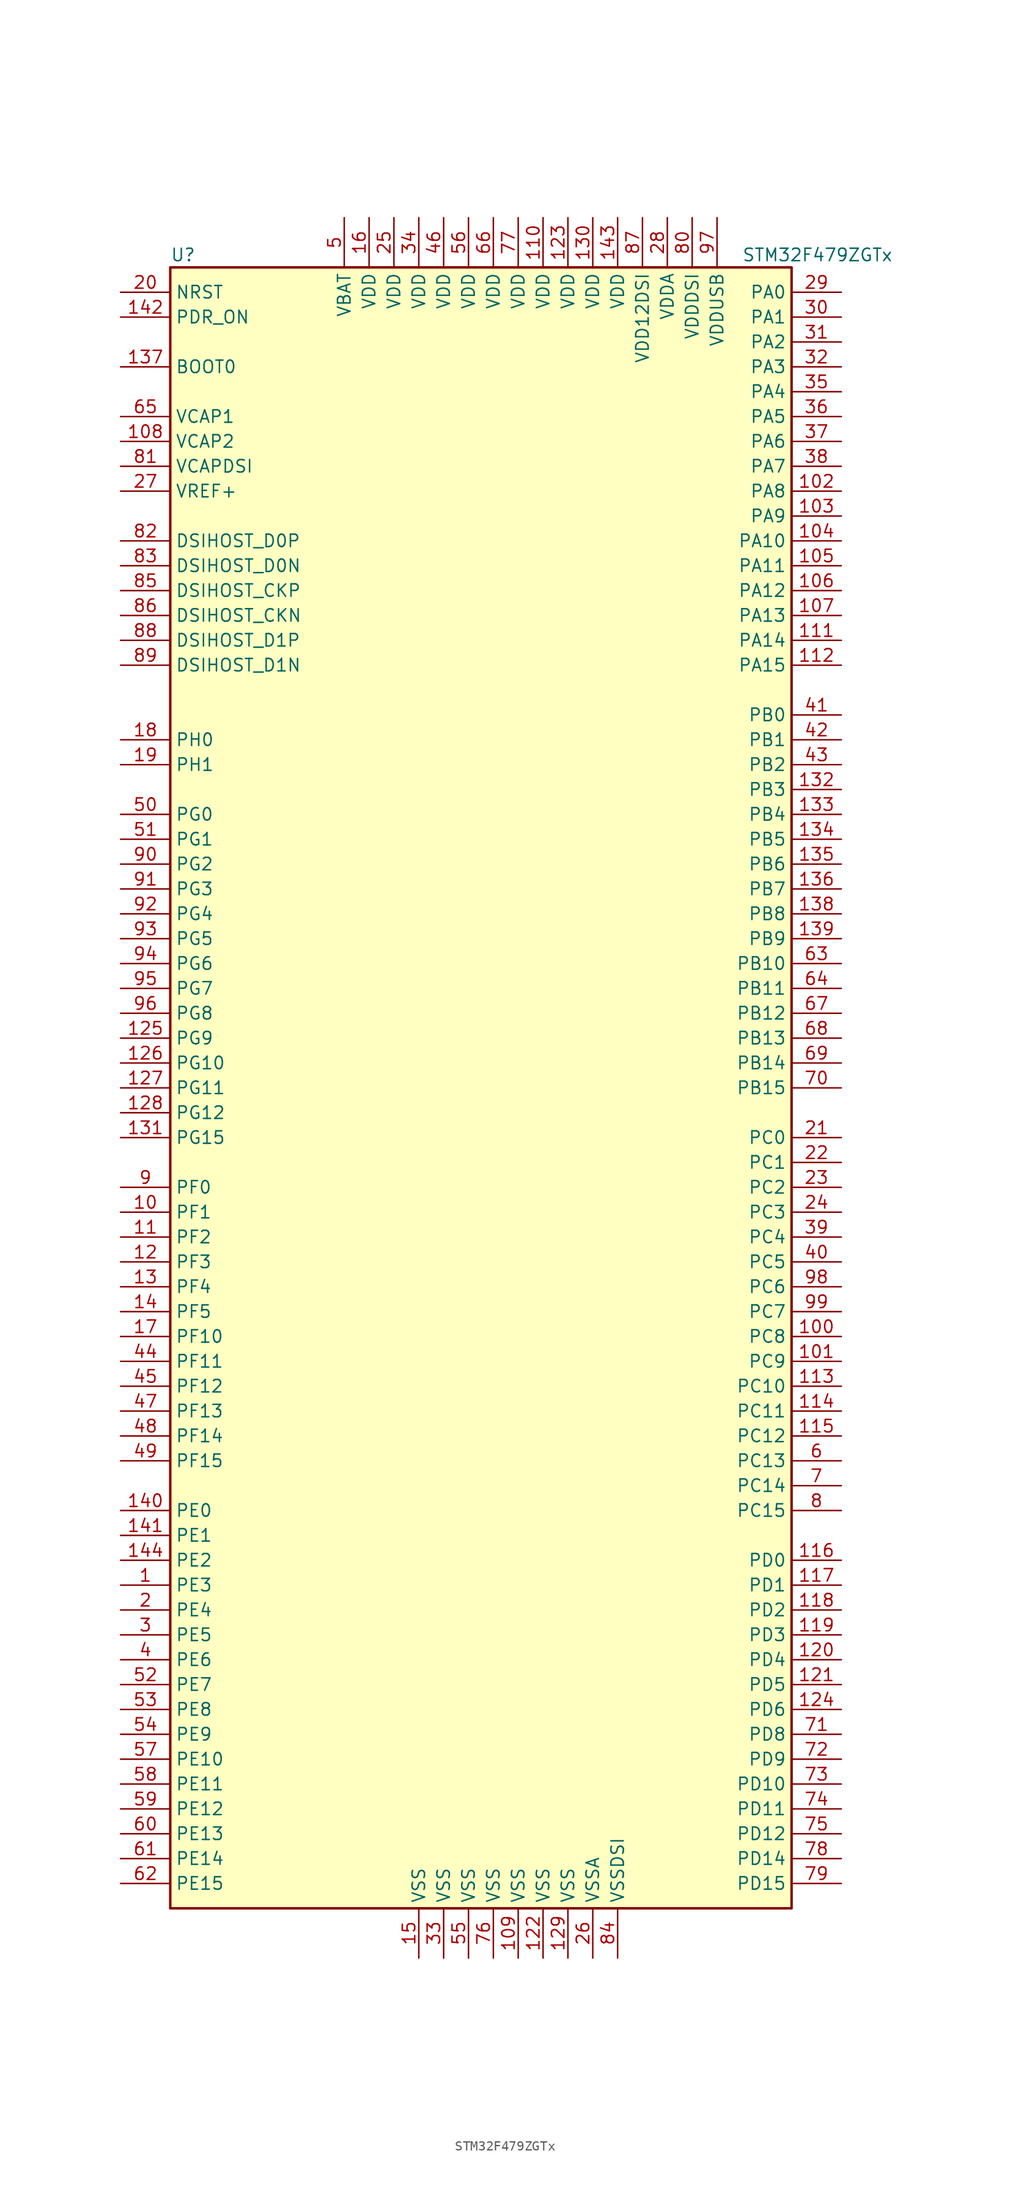
<source format=kicad_sym>
(kicad_symbol_lib
  (version 20201005)
  (generator kicad_symbol_editor)
  (symbol "STM32F479ZGTx"
    (property "Reference" "U"
      (at -33.02 85.09 0)
      (effects (font (size 1.27 1.27)) (justify left)))
    (property "Value" "STM32F479ZGTx"
      (at 25.4 85.09 0)
      (effects (font (size 1.27 1.27)) (justify left)))
    (symbol "STM32F479ZGTx_0_1"
      (rectangle (start -33.02 -83.82) (end 30.48 83.82) (stroke (width 0.254)) (fill (type background))))
    (symbol "STM32F479ZGTx_1_1"
      (pin input line (at -38.1 73.66 0) (length 5.08) (name "BOOT0" (effects (font (size 1.27 1.27)))) (number "137" (effects (font (size 1.27 1.27)))))
      (pin bidirectional line (at -38.1 48.26 0) (length 5.08) (name "DSIHOST_CKN" (effects (font (size 1.27 1.27)))) (number "86" (effects (font (size 1.27 1.27)))))
      (pin bidirectional line (at -38.1 50.8 0) (length 5.08) (name "DSIHOST_CKP" (effects (font (size 1.27 1.27)))) (number "85" (effects (font (size 1.27 1.27)))))
      (pin bidirectional line (at -38.1 53.34 0) (length 5.08) (name "DSIHOST_D0N" (effects (font (size 1.27 1.27)))) (number "83" (effects (font (size 1.27 1.27)))))
      (pin bidirectional line (at -38.1 55.88 0) (length 5.08) (name "DSIHOST_D0P" (effects (font (size 1.27 1.27)))) (number "82" (effects (font (size 1.27 1.27)))))
      (pin bidirectional line (at -38.1 43.18 0) (length 5.08) (name "DSIHOST_D1N" (effects (font (size 1.27 1.27)))) (number "89" (effects (font (size 1.27 1.27)))))
      (pin bidirectional line (at -38.1 45.72 0) (length 5.08) (name "DSIHOST_D1P" (effects (font (size 1.27 1.27)))) (number "88" (effects (font (size 1.27 1.27)))))
      (pin input line (at -38.1 81.28 0) (length 5.08) (name "NRST" (effects (font (size 1.27 1.27)))) (number "20" (effects (font (size 1.27 1.27)))))
      (pin bidirectional line (at 35.56 81.28 180) (length 5.08) (name "PA0" (effects (font (size 1.27 1.27)))) (number "29" (effects (font (size 1.27 1.27)))))
      (pin bidirectional line (at 35.56 78.74 180) (length 5.08) (name "PA1" (effects (font (size 1.27 1.27)))) (number "30" (effects (font (size 1.27 1.27)))))
      (pin bidirectional line (at 35.56 55.88 180) (length 5.08) (name "PA10" (effects (font (size 1.27 1.27)))) (number "104" (effects (font (size 1.27 1.27)))))
      (pin bidirectional line (at 35.56 53.34 180) (length 5.08) (name "PA11" (effects (font (size 1.27 1.27)))) (number "105" (effects (font (size 1.27 1.27)))))
      (pin bidirectional line (at 35.56 50.8 180) (length 5.08) (name "PA12" (effects (font (size 1.27 1.27)))) (number "106" (effects (font (size 1.27 1.27)))))
      (pin bidirectional line (at 35.56 48.26 180) (length 5.08) (name "PA13" (effects (font (size 1.27 1.27)))) (number "107" (effects (font (size 1.27 1.27)))))
      (pin bidirectional line (at 35.56 45.72 180) (length 5.08) (name "PA14" (effects (font (size 1.27 1.27)))) (number "111" (effects (font (size 1.27 1.27)))))
      (pin bidirectional line (at 35.56 43.18 180) (length 5.08) (name "PA15" (effects (font (size 1.27 1.27)))) (number "112" (effects (font (size 1.27 1.27)))))
      (pin bidirectional line (at 35.56 76.2 180) (length 5.08) (name "PA2" (effects (font (size 1.27 1.27)))) (number "31" (effects (font (size 1.27 1.27)))))
      (pin bidirectional line (at 35.56 73.66 180) (length 5.08) (name "PA3" (effects (font (size 1.27 1.27)))) (number "32" (effects (font (size 1.27 1.27)))))
      (pin bidirectional line (at 35.56 71.12 180) (length 5.08) (name "PA4" (effects (font (size 1.27 1.27)))) (number "35" (effects (font (size 1.27 1.27)))))
      (pin bidirectional line (at 35.56 68.58 180) (length 5.08) (name "PA5" (effects (font (size 1.27 1.27)))) (number "36" (effects (font (size 1.27 1.27)))))
      (pin bidirectional line (at 35.56 66.04 180) (length 5.08) (name "PA6" (effects (font (size 1.27 1.27)))) (number "37" (effects (font (size 1.27 1.27)))))
      (pin bidirectional line (at 35.56 63.5 180) (length 5.08) (name "PA7" (effects (font (size 1.27 1.27)))) (number "38" (effects (font (size 1.27 1.27)))))
      (pin bidirectional line (at 35.56 60.96 180) (length 5.08) (name "PA8" (effects (font (size 1.27 1.27)))) (number "102" (effects (font (size 1.27 1.27)))))
      (pin bidirectional line (at 35.56 58.42 180) (length 5.08) (name "PA9" (effects (font (size 1.27 1.27)))) (number "103" (effects (font (size 1.27 1.27)))))
      (pin bidirectional line (at 35.56 38.1 180) (length 5.08) (name "PB0" (effects (font (size 1.27 1.27)))) (number "41" (effects (font (size 1.27 1.27)))))
      (pin bidirectional line (at 35.56 35.56 180) (length 5.08) (name "PB1" (effects (font (size 1.27 1.27)))) (number "42" (effects (font (size 1.27 1.27)))))
      (pin bidirectional line (at 35.56 12.7 180) (length 5.08) (name "PB10" (effects (font (size 1.27 1.27)))) (number "63" (effects (font (size 1.27 1.27)))))
      (pin bidirectional line (at 35.56 10.16 180) (length 5.08) (name "PB11" (effects (font (size 1.27 1.27)))) (number "64" (effects (font (size 1.27 1.27)))))
      (pin bidirectional line (at 35.56 7.62 180) (length 5.08) (name "PB12" (effects (font (size 1.27 1.27)))) (number "67" (effects (font (size 1.27 1.27)))))
      (pin bidirectional line (at 35.56 5.08 180) (length 5.08) (name "PB13" (effects (font (size 1.27 1.27)))) (number "68" (effects (font (size 1.27 1.27)))))
      (pin bidirectional line (at 35.56 2.54 180) (length 5.08) (name "PB14" (effects (font (size 1.27 1.27)))) (number "69" (effects (font (size 1.27 1.27)))))
      (pin bidirectional line (at 35.56 0 180) (length 5.08) (name "PB15" (effects (font (size 1.27 1.27)))) (number "70" (effects (font (size 1.27 1.27)))))
      (pin bidirectional line (at 35.56 33.02 180) (length 5.08) (name "PB2" (effects (font (size 1.27 1.27)))) (number "43" (effects (font (size 1.27 1.27)))))
      (pin bidirectional line (at 35.56 30.48 180) (length 5.08) (name "PB3" (effects (font (size 1.27 1.27)))) (number "132" (effects (font (size 1.27 1.27)))))
      (pin bidirectional line (at 35.56 27.94 180) (length 5.08) (name "PB4" (effects (font (size 1.27 1.27)))) (number "133" (effects (font (size 1.27 1.27)))))
      (pin bidirectional line (at 35.56 25.4 180) (length 5.08) (name "PB5" (effects (font (size 1.27 1.27)))) (number "134" (effects (font (size 1.27 1.27)))))
      (pin bidirectional line (at 35.56 22.86 180) (length 5.08) (name "PB6" (effects (font (size 1.27 1.27)))) (number "135" (effects (font (size 1.27 1.27)))))
      (pin bidirectional line (at 35.56 20.32 180) (length 5.08) (name "PB7" (effects (font (size 1.27 1.27)))) (number "136" (effects (font (size 1.27 1.27)))))
      (pin bidirectional line (at 35.56 17.78 180) (length 5.08) (name "PB8" (effects (font (size 1.27 1.27)))) (number "138" (effects (font (size 1.27 1.27)))))
      (pin bidirectional line (at 35.56 15.24 180) (length 5.08) (name "PB9" (effects (font (size 1.27 1.27)))) (number "139" (effects (font (size 1.27 1.27)))))
      (pin bidirectional line (at 35.56 -5.08 180) (length 5.08) (name "PC0" (effects (font (size 1.27 1.27)))) (number "21" (effects (font (size 1.27 1.27)))))
      (pin bidirectional line (at 35.56 -7.62 180) (length 5.08) (name "PC1" (effects (font (size 1.27 1.27)))) (number "22" (effects (font (size 1.27 1.27)))))
      (pin bidirectional line (at 35.56 -30.48 180) (length 5.08) (name "PC10" (effects (font (size 1.27 1.27)))) (number "113" (effects (font (size 1.27 1.27)))))
      (pin bidirectional line (at 35.56 -33.02 180) (length 5.08) (name "PC11" (effects (font (size 1.27 1.27)))) (number "114" (effects (font (size 1.27 1.27)))))
      (pin bidirectional line (at 35.56 -35.56 180) (length 5.08) (name "PC12" (effects (font (size 1.27 1.27)))) (number "115" (effects (font (size 1.27 1.27)))))
      (pin bidirectional line (at 35.56 -38.1 180) (length 5.08) (name "PC13" (effects (font (size 1.27 1.27)))) (number "6" (effects (font (size 1.27 1.27)))))
      (pin bidirectional line (at 35.56 -40.64 180) (length 5.08) (name "PC14" (effects (font (size 1.27 1.27)))) (number "7" (effects (font (size 1.27 1.27)))))
      (pin bidirectional line (at 35.56 -43.18 180) (length 5.08) (name "PC15" (effects (font (size 1.27 1.27)))) (number "8" (effects (font (size 1.27 1.27)))))
      (pin bidirectional line (at 35.56 -10.16 180) (length 5.08) (name "PC2" (effects (font (size 1.27 1.27)))) (number "23" (effects (font (size 1.27 1.27)))))
      (pin bidirectional line (at 35.56 -12.7 180) (length 5.08) (name "PC3" (effects (font (size 1.27 1.27)))) (number "24" (effects (font (size 1.27 1.27)))))
      (pin bidirectional line (at 35.56 -15.24 180) (length 5.08) (name "PC4" (effects (font (size 1.27 1.27)))) (number "39" (effects (font (size 1.27 1.27)))))
      (pin bidirectional line (at 35.56 -17.78 180) (length 5.08) (name "PC5" (effects (font (size 1.27 1.27)))) (number "40" (effects (font (size 1.27 1.27)))))
      (pin bidirectional line (at 35.56 -20.32 180) (length 5.08) (name "PC6" (effects (font (size 1.27 1.27)))) (number "98" (effects (font (size 1.27 1.27)))))
      (pin bidirectional line (at 35.56 -22.86 180) (length 5.08) (name "PC7" (effects (font (size 1.27 1.27)))) (number "99" (effects (font (size 1.27 1.27)))))
      (pin bidirectional line (at 35.56 -25.4 180) (length 5.08) (name "PC8" (effects (font (size 1.27 1.27)))) (number "100" (effects (font (size 1.27 1.27)))))
      (pin bidirectional line (at 35.56 -27.94 180) (length 5.08) (name "PC9" (effects (font (size 1.27 1.27)))) (number "101" (effects (font (size 1.27 1.27)))))
      (pin bidirectional line (at 35.56 -48.26 180) (length 5.08) (name "PD0" (effects (font (size 1.27 1.27)))) (number "116" (effects (font (size 1.27 1.27)))))
      (pin bidirectional line (at 35.56 -50.8 180) (length 5.08) (name "PD1" (effects (font (size 1.27 1.27)))) (number "117" (effects (font (size 1.27 1.27)))))
      (pin bidirectional line (at 35.56 -71.12 180) (length 5.08) (name "PD10" (effects (font (size 1.27 1.27)))) (number "73" (effects (font (size 1.27 1.27)))))
      (pin bidirectional line (at 35.56 -73.66 180) (length 5.08) (name "PD11" (effects (font (size 1.27 1.27)))) (number "74" (effects (font (size 1.27 1.27)))))
      (pin bidirectional line (at 35.56 -76.2 180) (length 5.08) (name "PD12" (effects (font (size 1.27 1.27)))) (number "75" (effects (font (size 1.27 1.27)))))
      (pin bidirectional line (at 35.56 -78.74 180) (length 5.08) (name "PD14" (effects (font (size 1.27 1.27)))) (number "78" (effects (font (size 1.27 1.27)))))
      (pin bidirectional line (at 35.56 -81.28 180) (length 5.08) (name "PD15" (effects (font (size 1.27 1.27)))) (number "79" (effects (font (size 1.27 1.27)))))
      (pin bidirectional line (at 35.56 -53.34 180) (length 5.08) (name "PD2" (effects (font (size 1.27 1.27)))) (number "118" (effects (font (size 1.27 1.27)))))
      (pin bidirectional line (at 35.56 -55.88 180) (length 5.08) (name "PD3" (effects (font (size 1.27 1.27)))) (number "119" (effects (font (size 1.27 1.27)))))
      (pin bidirectional line (at 35.56 -58.42 180) (length 5.08) (name "PD4" (effects (font (size 1.27 1.27)))) (number "120" (effects (font (size 1.27 1.27)))))
      (pin bidirectional line (at 35.56 -60.96 180) (length 5.08) (name "PD5" (effects (font (size 1.27 1.27)))) (number "121" (effects (font (size 1.27 1.27)))))
      (pin bidirectional line (at 35.56 -63.5 180) (length 5.08) (name "PD6" (effects (font (size 1.27 1.27)))) (number "124" (effects (font (size 1.27 1.27)))))
      (pin bidirectional line (at 35.56 -66.04 180) (length 5.08) (name "PD8" (effects (font (size 1.27 1.27)))) (number "71" (effects (font (size 1.27 1.27)))))
      (pin bidirectional line (at 35.56 -68.58 180) (length 5.08) (name "PD9" (effects (font (size 1.27 1.27)))) (number "72" (effects (font (size 1.27 1.27)))))
      (pin input line (at -38.1 78.74 0) (length 5.08) (name "PDR_ON" (effects (font (size 1.27 1.27)))) (number "142" (effects (font (size 1.27 1.27)))))
      (pin bidirectional line (at -38.1 -43.18 0) (length 5.08) (name "PE0" (effects (font (size 1.27 1.27)))) (number "140" (effects (font (size 1.27 1.27)))))
      (pin bidirectional line (at -38.1 -45.72 0) (length 5.08) (name "PE1" (effects (font (size 1.27 1.27)))) (number "141" (effects (font (size 1.27 1.27)))))
      (pin bidirectional line (at -38.1 -68.58 0) (length 5.08) (name "PE10" (effects (font (size 1.27 1.27)))) (number "57" (effects (font (size 1.27 1.27)))))
      (pin bidirectional line (at -38.1 -71.12 0) (length 5.08) (name "PE11" (effects (font (size 1.27 1.27)))) (number "58" (effects (font (size 1.27 1.27)))))
      (pin bidirectional line (at -38.1 -73.66 0) (length 5.08) (name "PE12" (effects (font (size 1.27 1.27)))) (number "59" (effects (font (size 1.27 1.27)))))
      (pin bidirectional line (at -38.1 -76.2 0) (length 5.08) (name "PE13" (effects (font (size 1.27 1.27)))) (number "60" (effects (font (size 1.27 1.27)))))
      (pin bidirectional line (at -38.1 -78.74 0) (length 5.08) (name "PE14" (effects (font (size 1.27 1.27)))) (number "61" (effects (font (size 1.27 1.27)))))
      (pin bidirectional line (at -38.1 -81.28 0) (length 5.08) (name "PE15" (effects (font (size 1.27 1.27)))) (number "62" (effects (font (size 1.27 1.27)))))
      (pin bidirectional line (at -38.1 -48.26 0) (length 5.08) (name "PE2" (effects (font (size 1.27 1.27)))) (number "144" (effects (font (size 1.27 1.27)))))
      (pin bidirectional line (at -38.1 -50.8 0) (length 5.08) (name "PE3" (effects (font (size 1.27 1.27)))) (number "1" (effects (font (size 1.27 1.27)))))
      (pin bidirectional line (at -38.1 -53.34 0) (length 5.08) (name "PE4" (effects (font (size 1.27 1.27)))) (number "2" (effects (font (size 1.27 1.27)))))
      (pin bidirectional line (at -38.1 -55.88 0) (length 5.08) (name "PE5" (effects (font (size 1.27 1.27)))) (number "3" (effects (font (size 1.27 1.27)))))
      (pin bidirectional line (at -38.1 -58.42 0) (length 5.08) (name "PE6" (effects (font (size 1.27 1.27)))) (number "4" (effects (font (size 1.27 1.27)))))
      (pin bidirectional line (at -38.1 -60.96 0) (length 5.08) (name "PE7" (effects (font (size 1.27 1.27)))) (number "52" (effects (font (size 1.27 1.27)))))
      (pin bidirectional line (at -38.1 -63.5 0) (length 5.08) (name "PE8" (effects (font (size 1.27 1.27)))) (number "53" (effects (font (size 1.27 1.27)))))
      (pin bidirectional line (at -38.1 -66.04 0) (length 5.08) (name "PE9" (effects (font (size 1.27 1.27)))) (number "54" (effects (font (size 1.27 1.27)))))
      (pin bidirectional line (at -38.1 -10.16 0) (length 5.08) (name "PF0" (effects (font (size 1.27 1.27)))) (number "9" (effects (font (size 1.27 1.27)))))
      (pin bidirectional line (at -38.1 -12.7 0) (length 5.08) (name "PF1" (effects (font (size 1.27 1.27)))) (number "10" (effects (font (size 1.27 1.27)))))
      (pin bidirectional line (at -38.1 -25.4 0) (length 5.08) (name "PF10" (effects (font (size 1.27 1.27)))) (number "17" (effects (font (size 1.27 1.27)))))
      (pin bidirectional line (at -38.1 -27.94 0) (length 5.08) (name "PF11" (effects (font (size 1.27 1.27)))) (number "44" (effects (font (size 1.27 1.27)))))
      (pin bidirectional line (at -38.1 -30.48 0) (length 5.08) (name "PF12" (effects (font (size 1.27 1.27)))) (number "45" (effects (font (size 1.27 1.27)))))
      (pin bidirectional line (at -38.1 -33.02 0) (length 5.08) (name "PF13" (effects (font (size 1.27 1.27)))) (number "47" (effects (font (size 1.27 1.27)))))
      (pin bidirectional line (at -38.1 -35.56 0) (length 5.08) (name "PF14" (effects (font (size 1.27 1.27)))) (number "48" (effects (font (size 1.27 1.27)))))
      (pin bidirectional line (at -38.1 -38.1 0) (length 5.08) (name "PF15" (effects (font (size 1.27 1.27)))) (number "49" (effects (font (size 1.27 1.27)))))
      (pin bidirectional line (at -38.1 -15.24 0) (length 5.08) (name "PF2" (effects (font (size 1.27 1.27)))) (number "11" (effects (font (size 1.27 1.27)))))
      (pin bidirectional line (at -38.1 -17.78 0) (length 5.08) (name "PF3" (effects (font (size 1.27 1.27)))) (number "12" (effects (font (size 1.27 1.27)))))
      (pin bidirectional line (at -38.1 -20.32 0) (length 5.08) (name "PF4" (effects (font (size 1.27 1.27)))) (number "13" (effects (font (size 1.27 1.27)))))
      (pin bidirectional line (at -38.1 -22.86 0) (length 5.08) (name "PF5" (effects (font (size 1.27 1.27)))) (number "14" (effects (font (size 1.27 1.27)))))
      (pin bidirectional line (at -38.1 27.94 0) (length 5.08) (name "PG0" (effects (font (size 1.27 1.27)))) (number "50" (effects (font (size 1.27 1.27)))))
      (pin bidirectional line (at -38.1 25.4 0) (length 5.08) (name "PG1" (effects (font (size 1.27 1.27)))) (number "51" (effects (font (size 1.27 1.27)))))
      (pin bidirectional line (at -38.1 2.54 0) (length 5.08) (name "PG10" (effects (font (size 1.27 1.27)))) (number "126" (effects (font (size 1.27 1.27)))))
      (pin bidirectional line (at -38.1 0 0) (length 5.08) (name "PG11" (effects (font (size 1.27 1.27)))) (number "127" (effects (font (size 1.27 1.27)))))
      (pin bidirectional line (at -38.1 -2.54 0) (length 5.08) (name "PG12" (effects (font (size 1.27 1.27)))) (number "128" (effects (font (size 1.27 1.27)))))
      (pin bidirectional line (at -38.1 -5.08 0) (length 5.08) (name "PG15" (effects (font (size 1.27 1.27)))) (number "131" (effects (font (size 1.27 1.27)))))
      (pin bidirectional line (at -38.1 22.86 0) (length 5.08) (name "PG2" (effects (font (size 1.27 1.27)))) (number "90" (effects (font (size 1.27 1.27)))))
      (pin bidirectional line (at -38.1 20.32 0) (length 5.08) (name "PG3" (effects (font (size 1.27 1.27)))) (number "91" (effects (font (size 1.27 1.27)))))
      (pin bidirectional line (at -38.1 17.78 0) (length 5.08) (name "PG4" (effects (font (size 1.27 1.27)))) (number "92" (effects (font (size 1.27 1.27)))))
      (pin bidirectional line (at -38.1 15.24 0) (length 5.08) (name "PG5" (effects (font (size 1.27 1.27)))) (number "93" (effects (font (size 1.27 1.27)))))
      (pin bidirectional line (at -38.1 12.7 0) (length 5.08) (name "PG6" (effects (font (size 1.27 1.27)))) (number "94" (effects (font (size 1.27 1.27)))))
      (pin bidirectional line (at -38.1 10.16 0) (length 5.08) (name "PG7" (effects (font (size 1.27 1.27)))) (number "95" (effects (font (size 1.27 1.27)))))
      (pin bidirectional line (at -38.1 7.62 0) (length 5.08) (name "PG8" (effects (font (size 1.27 1.27)))) (number "96" (effects (font (size 1.27 1.27)))))
      (pin bidirectional line (at -38.1 5.08 0) (length 5.08) (name "PG9" (effects (font (size 1.27 1.27)))) (number "125" (effects (font (size 1.27 1.27)))))
      (pin input line (at -38.1 35.56 0) (length 5.08) (name "PH0" (effects (font (size 1.27 1.27)))) (number "18" (effects (font (size 1.27 1.27)))))
      (pin input line (at -38.1 33.02 0) (length 5.08) (name "PH1" (effects (font (size 1.27 1.27)))) (number "19" (effects (font (size 1.27 1.27)))))
      (pin power_in line (at -15.24 88.9 270) (length 5.08) (name "VBAT" (effects (font (size 1.27 1.27)))) (number "5" (effects (font (size 1.27 1.27)))))
      (pin power_in line (at -38.1 68.58 0) (length 5.08) (name "VCAP1" (effects (font (size 1.27 1.27)))) (number "65" (effects (font (size 1.27 1.27)))))
      (pin power_in line (at -38.1 66.04 0) (length 5.08) (name "VCAP2" (effects (font (size 1.27 1.27)))) (number "108" (effects (font (size 1.27 1.27)))))
      (pin power_in line (at -38.1 63.5 0) (length 5.08) (name "VCAPDSI" (effects (font (size 1.27 1.27)))) (number "81" (effects (font (size 1.27 1.27)))))
      (pin power_in line (at 5.08 88.9 270) (length 5.08) (name "VDD" (effects (font (size 1.27 1.27)))) (number "110" (effects (font (size 1.27 1.27)))))
      (pin power_in line (at 7.62 88.9 270) (length 5.08) (name "VDD" (effects (font (size 1.27 1.27)))) (number "123" (effects (font (size 1.27 1.27)))))
      (pin power_in line (at 10.16 88.9 270) (length 5.08) (name "VDD" (effects (font (size 1.27 1.27)))) (number "130" (effects (font (size 1.27 1.27)))))
      (pin power_in line (at 12.7 88.9 270) (length 5.08) (name "VDD" (effects (font (size 1.27 1.27)))) (number "143" (effects (font (size 1.27 1.27)))))
      (pin power_in line (at -12.7 88.9 270) (length 5.08) (name "VDD" (effects (font (size 1.27 1.27)))) (number "16" (effects (font (size 1.27 1.27)))))
      (pin power_in line (at -10.16 88.9 270) (length 5.08) (name "VDD" (effects (font (size 1.27 1.27)))) (number "25" (effects (font (size 1.27 1.27)))))
      (pin power_in line (at -7.62 88.9 270) (length 5.08) (name "VDD" (effects (font (size 1.27 1.27)))) (number "34" (effects (font (size 1.27 1.27)))))
      (pin power_in line (at -5.08 88.9 270) (length 5.08) (name "VDD" (effects (font (size 1.27 1.27)))) (number "46" (effects (font (size 1.27 1.27)))))
      (pin power_in line (at -2.54 88.9 270) (length 5.08) (name "VDD" (effects (font (size 1.27 1.27)))) (number "56" (effects (font (size 1.27 1.27)))))
      (pin power_in line (at 0 88.9 270) (length 5.08) (name "VDD" (effects (font (size 1.27 1.27)))) (number "66" (effects (font (size 1.27 1.27)))))
      (pin power_in line (at 2.54 88.9 270) (length 5.08) (name "VDD" (effects (font (size 1.27 1.27)))) (number "77" (effects (font (size 1.27 1.27)))))
      (pin power_in line (at 15.24 88.9 270) (length 5.08) (name "VDD12DSI" (effects (font (size 1.27 1.27)))) (number "87" (effects (font (size 1.27 1.27)))))
      (pin power_in line (at 17.78 88.9 270) (length 5.08) (name "VDDA" (effects (font (size 1.27 1.27)))) (number "28" (effects (font (size 1.27 1.27)))))
      (pin power_in line (at 20.32 88.9 270) (length 5.08) (name "VDDDSI" (effects (font (size 1.27 1.27)))) (number "80" (effects (font (size 1.27 1.27)))))
      (pin power_in line (at 22.86 88.9 270) (length 5.08) (name "VDDUSB" (effects (font (size 1.27 1.27)))) (number "97" (effects (font (size 1.27 1.27)))))
      (pin power_in line (at -38.1 60.96 0) (length 5.08) (name "VREF+" (effects (font (size 1.27 1.27)))) (number "27" (effects (font (size 1.27 1.27)))))
      (pin power_in line (at 2.54 -88.9 90) (length 5.08) (name "VSS" (effects (font (size 1.27 1.27)))) (number "109" (effects (font (size 1.27 1.27)))))
      (pin power_in line (at 5.08 -88.9 90) (length 5.08) (name "VSS" (effects (font (size 1.27 1.27)))) (number "122" (effects (font (size 1.27 1.27)))))
      (pin power_in line (at 7.62 -88.9 90) (length 5.08) (name "VSS" (effects (font (size 1.27 1.27)))) (number "129" (effects (font (size 1.27 1.27)))))
      (pin power_in line (at -7.62 -88.9 90) (length 5.08) (name "VSS" (effects (font (size 1.27 1.27)))) (number "15" (effects (font (size 1.27 1.27)))))
      (pin power_in line (at -5.08 -88.9 90) (length 5.08) (name "VSS" (effects (font (size 1.27 1.27)))) (number "33" (effects (font (size 1.27 1.27)))))
      (pin power_in line (at -2.54 -88.9 90) (length 5.08) (name "VSS" (effects (font (size 1.27 1.27)))) (number "55" (effects (font (size 1.27 1.27)))))
      (pin power_in line (at 0 -88.9 90) (length 5.08) (name "VSS" (effects (font (size 1.27 1.27)))) (number "76" (effects (font (size 1.27 1.27)))))
      (pin power_in line (at 10.16 -88.9 90) (length 5.08) (name "VSSA" (effects (font (size 1.27 1.27)))) (number "26" (effects (font (size 1.27 1.27)))))
      (pin power_in line (at 12.7 -88.9 90) (length 5.08) (name "VSSDSI" (effects (font (size 1.27 1.27)))) (number "84" (effects (font (size 1.27 1.27))))))))
</source>
